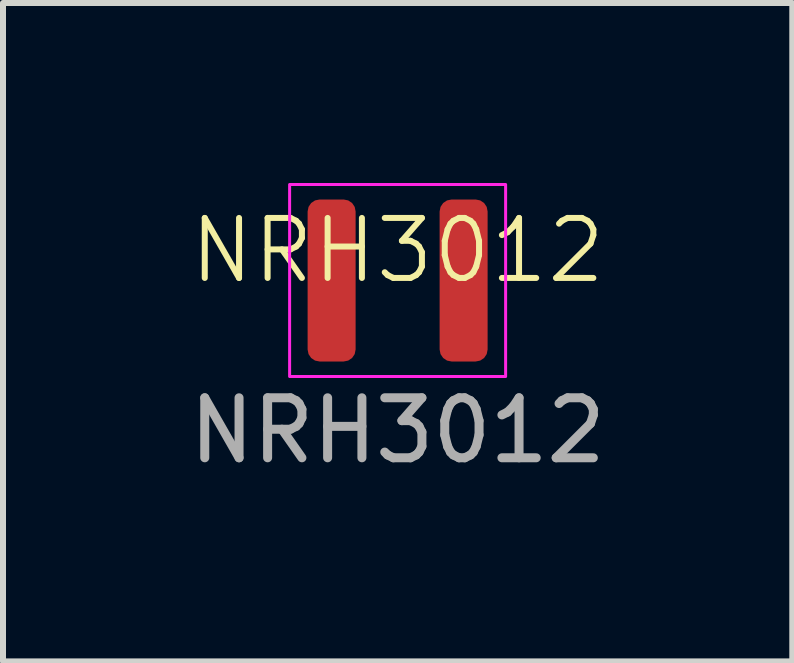
<source format=kicad_pcb>
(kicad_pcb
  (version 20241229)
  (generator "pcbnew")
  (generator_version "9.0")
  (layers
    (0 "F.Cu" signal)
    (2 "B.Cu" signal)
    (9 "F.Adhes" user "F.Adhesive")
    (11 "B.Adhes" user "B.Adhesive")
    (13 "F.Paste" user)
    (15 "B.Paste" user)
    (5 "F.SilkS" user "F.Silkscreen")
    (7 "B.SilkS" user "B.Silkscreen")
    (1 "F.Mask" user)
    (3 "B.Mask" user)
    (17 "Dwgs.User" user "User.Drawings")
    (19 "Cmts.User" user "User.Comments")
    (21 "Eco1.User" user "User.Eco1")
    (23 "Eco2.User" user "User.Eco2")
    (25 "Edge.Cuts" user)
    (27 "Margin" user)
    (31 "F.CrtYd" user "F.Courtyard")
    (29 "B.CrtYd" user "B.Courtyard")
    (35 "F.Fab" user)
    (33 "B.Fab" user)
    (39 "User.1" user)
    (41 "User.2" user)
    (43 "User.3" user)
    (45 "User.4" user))
  (footprint "NRH3012"
    (layer "F.Cu")
    (at 3.577 1.625)
    (property "Reference" "NRH3012" (at 0 -0.5 0) (unlocked yes) (layer "F.SilkS") (effects (font (size 1 1) (thickness 0.1))))
    (attr smd)
    (fp_rect (start -1.8 -1.6) (end 1.8 1.6) (stroke (width 0.05) (type default)) (fill no) (layer "F.CrtYd"))
    (fp_text user "${REFERENCE}" (at 0 2.5 0) (unlocked yes) (layer "F.Fab") (effects (font (size 1 1) (thickness 0.15))))
    (pad "1" smd roundrect (at -1.1 0) (size 0.8 2.7) (layers "F.Cu" "F.Mask" "F.Paste") (roundrect_rratio 0.25))
    (pad "2" smd roundrect (at 1.1 0) (size 0.8 2.7) (layers "F.Cu" "F.Mask" "F.Paste") (roundrect_rratio 0.25)))
  (gr_rect
    (start -3 -3)
    (end 10.155 7.973)
    (stroke (width 0.1) (type default))
    (fill no)
    (layer "Edge.Cuts")))
</source>
